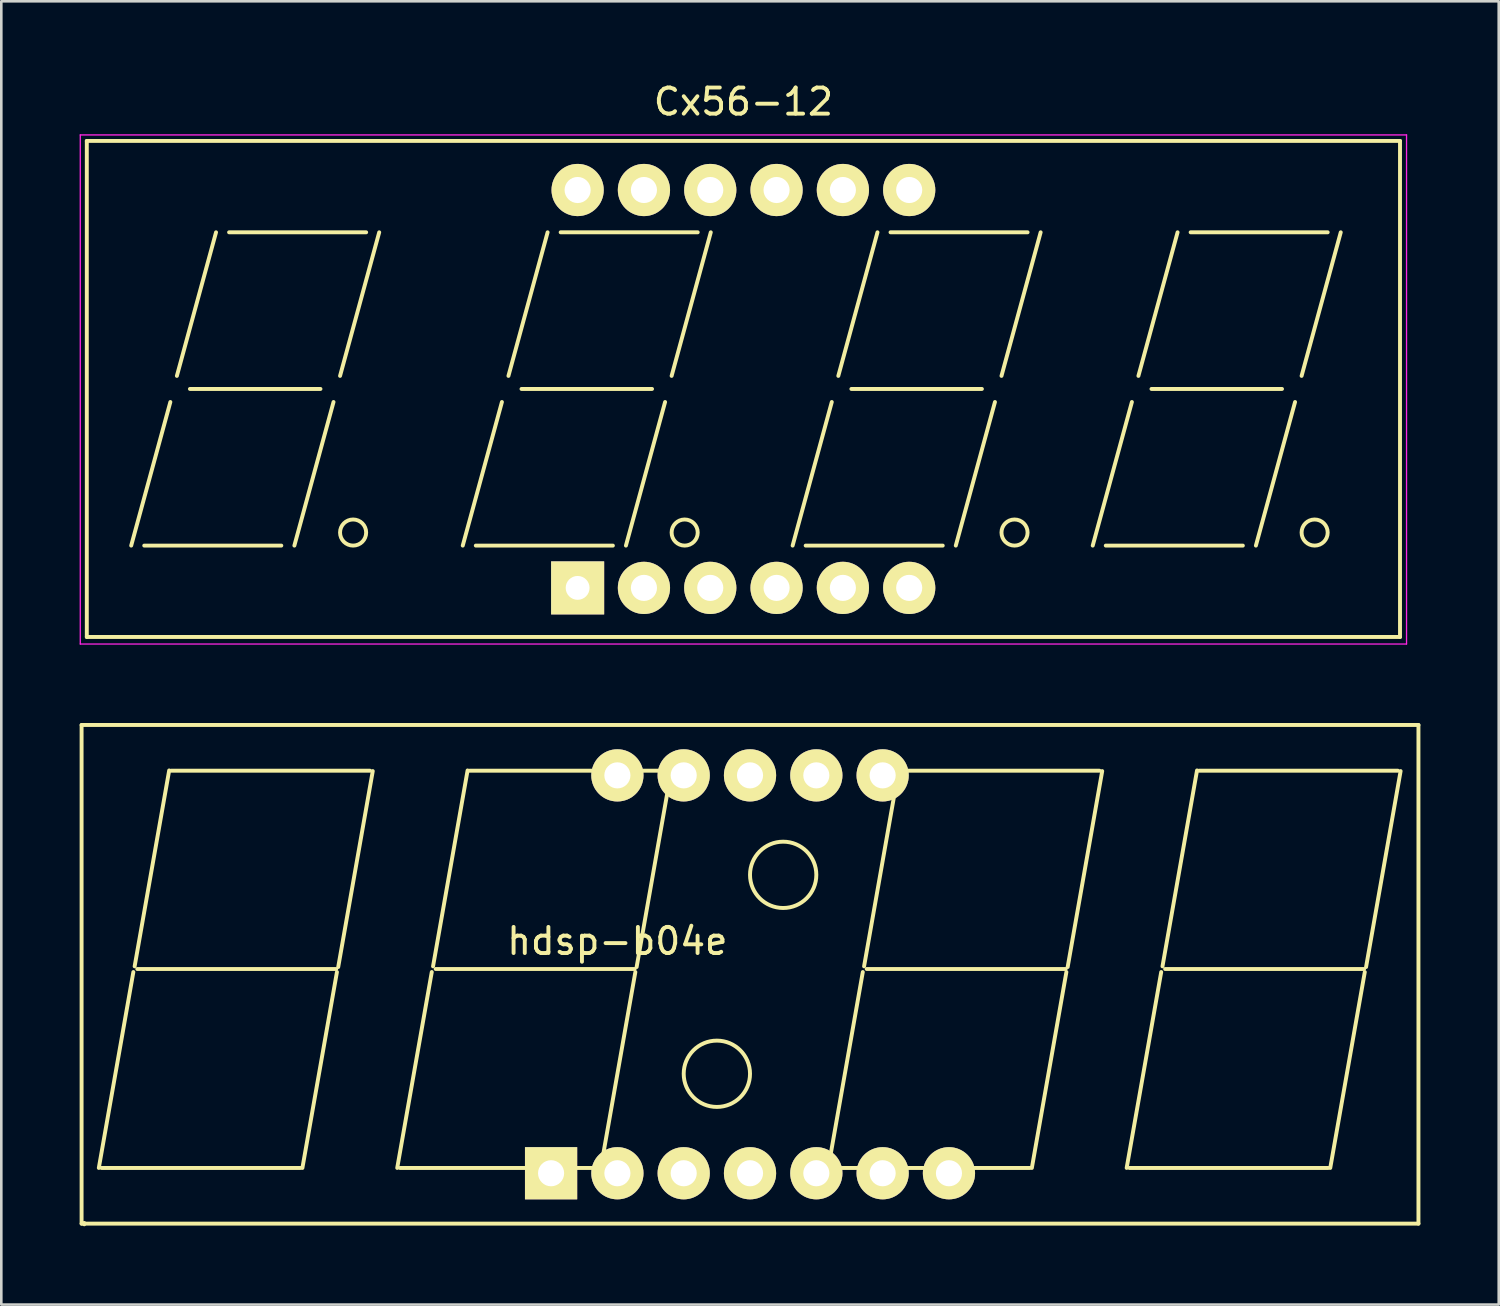
<source format=kicad_pcb>
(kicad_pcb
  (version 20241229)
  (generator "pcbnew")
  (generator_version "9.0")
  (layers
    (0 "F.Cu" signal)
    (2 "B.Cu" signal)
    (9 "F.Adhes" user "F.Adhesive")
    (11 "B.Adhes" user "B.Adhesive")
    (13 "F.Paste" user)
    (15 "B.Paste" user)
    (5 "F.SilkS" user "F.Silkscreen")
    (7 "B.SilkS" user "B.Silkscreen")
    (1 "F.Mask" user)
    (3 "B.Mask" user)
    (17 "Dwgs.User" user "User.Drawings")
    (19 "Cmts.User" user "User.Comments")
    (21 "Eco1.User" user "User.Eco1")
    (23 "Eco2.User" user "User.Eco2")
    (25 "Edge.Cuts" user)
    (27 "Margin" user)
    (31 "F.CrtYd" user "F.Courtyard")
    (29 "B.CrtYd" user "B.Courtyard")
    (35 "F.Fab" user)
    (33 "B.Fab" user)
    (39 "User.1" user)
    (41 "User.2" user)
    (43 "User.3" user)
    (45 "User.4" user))
  (footprint "Cx56-12"
    (layer "F.Cu")
    (at 19.075 19.468)
    (property "Reference" "Cx56-12" (at 6.35 -18.62 0) (layer "F.SilkS") (effects (font (size 1 1) (thickness 0.15))))
    (attr through_hole)
    (fp_line (start -18.8 -17.12) (end 31.5 -17.12) (stroke (width 0.15) (type solid)) (layer "F.SilkS"))
    (fp_line (start -18.8 1.88) (end -18.8 -17.12) (stroke (width 0.15) (type solid)) (layer "F.SilkS"))
    (fp_line (start -17.1 -1.62) (end -15.6 -7.12) (stroke (width 0.15) (type solid)) (layer "F.SilkS"))
    (fp_line (start -16.6 -1.62) (end -11.35 -1.62) (stroke (width 0.15) (type solid)) (layer "F.SilkS"))
    (fp_line (start -15.35 -8.12) (end -13.85 -13.62) (stroke (width 0.15) (type solid)) (layer "F.SilkS"))
    (fp_line (start -14.85 -7.62) (end -9.85 -7.62) (stroke (width 0.15) (type solid)) (layer "F.SilkS"))
    (fp_line (start -13.35 -13.62) (end -8.1 -13.62) (stroke (width 0.15) (type solid)) (layer "F.SilkS"))
    (fp_line (start -10.85 -1.62) (end -9.35 -7.12) (stroke (width 0.15) (type solid)) (layer "F.SilkS"))
    (fp_line (start -9.1 -8.12) (end -7.6 -13.62) (stroke (width 0.15) (type solid)) (layer "F.SilkS"))
    (fp_line (start -4.4 -1.62) (end -2.9 -7.12) (stroke (width 0.15) (type solid)) (layer "F.SilkS"))
    (fp_line (start -3.9 -1.62) (end 1.35 -1.62) (stroke (width 0.15) (type solid)) (layer "F.SilkS"))
    (fp_line (start -2.65 -8.12) (end -1.15 -13.62) (stroke (width 0.15) (type solid)) (layer "F.SilkS"))
    (fp_line (start -2.15 -7.62) (end 2.85 -7.62) (stroke (width 0.15) (type solid)) (layer "F.SilkS"))
    (fp_line (start -0.65 -13.62) (end 4.6 -13.62) (stroke (width 0.15) (type solid)) (layer "F.SilkS"))
    (fp_line (start 1.85 -1.62) (end 3.35 -7.12) (stroke (width 0.15) (type solid)) (layer "F.SilkS"))
    (fp_line (start 3.6 -8.12) (end 5.1 -13.62) (stroke (width 0.15) (type solid)) (layer "F.SilkS"))
    (fp_line (start 8.235 -1.62) (end 9.735 -7.12) (stroke (width 0.15) (type solid)) (layer "F.SilkS"))
    (fp_line (start 8.735 -1.62) (end 13.985 -1.62) (stroke (width 0.15) (type solid)) (layer "F.SilkS"))
    (fp_line (start 9.985 -8.12) (end 11.485 -13.62) (stroke (width 0.15) (type solid)) (layer "F.SilkS"))
    (fp_line (start 10.485 -7.62) (end 15.485 -7.62) (stroke (width 0.15) (type solid)) (layer "F.SilkS"))
    (fp_line (start 11.985 -13.62) (end 17.235 -13.62) (stroke (width 0.15) (type solid)) (layer "F.SilkS"))
    (fp_line (start 14.485 -1.62) (end 15.985 -7.12) (stroke (width 0.15) (type solid)) (layer "F.SilkS"))
    (fp_line (start 16.235 -8.12) (end 17.735 -13.62) (stroke (width 0.15) (type solid)) (layer "F.SilkS"))
    (fp_line (start 19.73 -1.62) (end 21.23 -7.12) (stroke (width 0.15) (type solid)) (layer "F.SilkS"))
    (fp_line (start 20.23 -1.62) (end 25.48 -1.62) (stroke (width 0.15) (type solid)) (layer "F.SilkS"))
    (fp_line (start 21.48 -8.12) (end 22.98 -13.62) (stroke (width 0.15) (type solid)) (layer "F.SilkS"))
    (fp_line (start 21.98 -7.62) (end 26.98 -7.62) (stroke (width 0.15) (type solid)) (layer "F.SilkS"))
    (fp_line (start 23.48 -13.62) (end 28.73 -13.62) (stroke (width 0.15) (type solid)) (layer "F.SilkS"))
    (fp_line (start 25.98 -1.62) (end 27.48 -7.12) (stroke (width 0.15) (type solid)) (layer "F.SilkS"))
    (fp_line (start 27.73 -8.12) (end 29.23 -13.62) (stroke (width 0.15) (type solid)) (layer "F.SilkS"))
    (fp_line (start 31.5 -17.12) (end 31.5 1.88) (stroke (width 0.15) (type solid)) (layer "F.SilkS"))
    (fp_line (start 31.5 1.88) (end -18.8 1.88) (stroke (width 0.15) (type solid)) (layer "F.SilkS"))
    (fp_circle (center -8.6 -2.12) (end -8.6 -1.62) (stroke (width 0.15) (type solid)) (fill no) (layer "F.SilkS"))
    (fp_circle (center 4.1 -2.12) (end 4.1 -1.62) (stroke (width 0.15) (type solid)) (fill no) (layer "F.SilkS"))
    (fp_circle (center 16.735 -2.12) (end 16.735 -1.62) (stroke (width 0.15) (type solid)) (fill no) (layer "F.SilkS"))
    (fp_circle (center 28.23 -2.12) (end 28.23 -1.62) (stroke (width 0.15) (type solid)) (fill no) (layer "F.SilkS"))
    (fp_line (start -19.05 -17.35) (end 31.75 -17.35) (stroke (width 0.05) (type solid)) (layer "F.CrtYd"))
    (fp_line (start -19.05 2.15) (end -19.05 -17.35) (stroke (width 0.05) (type solid)) (layer "F.CrtYd"))
    (fp_line (start 31.75 -17.35) (end 31.75 2.15) (stroke (width 0.05) (type solid)) (layer "F.CrtYd"))
    (fp_line (start 31.75 2.15) (end -19.05 2.15) (stroke (width 0.05) (type solid)) (layer "F.CrtYd"))
    (pad "1" thru_hole rect (at 0 0) (size 2.032 2.032) (drill 0.914) (layers "*.Cu" "*.Mask" "F.SilkS"))
    (pad "2" thru_hole circle (at 2.54 0) (size 2 2) (drill 1) (layers "*.Cu" "*.Mask" "F.SilkS"))
    (pad "3" thru_hole circle (at 5.08 0) (size 2 2) (drill 1) (layers "*.Cu" "*.Mask" "F.SilkS"))
    (pad "4" thru_hole circle (at 7.62 0) (size 2 2) (drill 1) (layers "*.Cu" "*.Mask" "F.SilkS"))
    (pad "5" thru_hole circle (at 10.16 0) (size 2 2) (drill 1) (layers "*.Cu" "*.Mask" "F.SilkS"))
    (pad "6" thru_hole circle (at 12.7 0) (size 2 2) (drill 1) (layers "*.Cu" "*.Mask" "F.SilkS"))
    (pad "7" thru_hole circle (at 12.7 -15.24) (size 2 2) (drill 1) (layers "*.Cu" "*.Mask" "F.SilkS"))
    (pad "8" thru_hole circle (at 10.16 -15.24) (size 2 2) (drill 1) (layers "*.Cu" "*.Mask" "F.SilkS"))
    (pad "9" thru_hole circle (at 7.62 -15.24) (size 2 2) (drill 1) (layers "*.Cu" "*.Mask" "F.SilkS"))
    (pad "10" thru_hole circle (at 5.08 -15.24) (size 2 2) (drill 1) (layers "*.Cu" "*.Mask" "F.SilkS"))
    (pad "11" thru_hole circle (at 2.54 -15.24) (size 2 2) (drill 1) (layers "*.Cu" "*.Mask" "F.SilkS"))
    (pad "12" thru_hole circle (at 0 -15.24) (size 2 2) (drill 1) (layers "*.Cu" "*.Mask" "F.SilkS")))
  (footprint "hdsp-b04e"
    (layer "F.Cu")
    (at 25.678 41.889)
    (property "Reference" "hdsp-b04e" (at -5.08 -8.89 0) (layer "F.SilkS") (effects (font (size 1 1) (thickness 0.15))))
    (attr through_hole)
    (fp_line (start -25.603 -17.17) (end -25.603 1.93) (stroke (width 0.15) (type solid)) (layer "F.SilkS"))
    (fp_line (start -25.603 1.93) (end 25.603 1.93) (stroke (width 0.15) (type solid)) (layer "F.SilkS"))
    (fp_line (start -25.502 1.956) (end -25.502 1.905) (stroke (width 0.15) (type solid)) (layer "F.SilkS"))
    (fp_line (start -24.943 -0.203) (end -23.62 -7.707) (stroke (width 0.15) (type solid)) (layer "F.SilkS"))
    (fp_line (start -24.841 -0.203) (end -17.221 -0.203) (stroke (width 0.15) (type solid)) (layer "F.SilkS"))
    (fp_line (start -23.571 -7.925) (end -22.248 -15.429) (stroke (width 0.15) (type solid)) (layer "F.SilkS"))
    (fp_line (start -23.47 -7.823) (end -15.85 -7.823) (stroke (width 0.15) (type solid)) (layer "F.SilkS"))
    (fp_line (start -22.174 -15.418) (end -14.554 -15.418) (stroke (width 0.15) (type solid)) (layer "F.SilkS"))
    (fp_line (start -17.145 -0.203) (end -15.822 -7.707) (stroke (width 0.15) (type solid)) (layer "F.SilkS"))
    (fp_line (start -15.773 -7.899) (end -14.45 -15.404) (stroke (width 0.15) (type solid)) (layer "F.SilkS"))
    (fp_line (start -13.513 -0.203) (end -12.19 -7.707) (stroke (width 0.15) (type solid)) (layer "F.SilkS"))
    (fp_line (start -13.411 -0.203) (end -5.791 -0.203) (stroke (width 0.15) (type solid)) (layer "F.SilkS"))
    (fp_line (start -12.141 -7.925) (end -10.818 -15.429) (stroke (width 0.15) (type solid)) (layer "F.SilkS"))
    (fp_line (start -12.04 -7.823) (end -4.42 -7.823) (stroke (width 0.15) (type solid)) (layer "F.SilkS"))
    (fp_line (start -10.744 -15.418) (end -3.124 -15.418) (stroke (width 0.15) (type solid)) (layer "F.SilkS"))
    (fp_line (start -5.715 -0.203) (end -4.392 -7.707) (stroke (width 0.15) (type solid)) (layer "F.SilkS"))
    (fp_line (start -4.343 -7.899) (end -3.02 -15.404) (stroke (width 0.15) (type solid)) (layer "F.SilkS"))
    (fp_line (start 2.997 -0.203) (end 4.32 -7.707) (stroke (width 0.15) (type solid)) (layer "F.SilkS"))
    (fp_line (start 3.099 -0.203) (end 10.719 -0.203) (stroke (width 0.15) (type solid)) (layer "F.SilkS"))
    (fp_line (start 4.369 -7.925) (end 5.692 -15.429) (stroke (width 0.15) (type solid)) (layer "F.SilkS"))
    (fp_line (start 4.47 -7.823) (end 12.09 -7.823) (stroke (width 0.15) (type solid)) (layer "F.SilkS"))
    (fp_line (start 5.766 -15.418) (end 13.386 -15.418) (stroke (width 0.15) (type solid)) (layer "F.SilkS"))
    (fp_line (start 10.795 -0.203) (end 12.118 -7.707) (stroke (width 0.15) (type solid)) (layer "F.SilkS"))
    (fp_line (start 12.167 -7.899) (end 13.49 -15.404) (stroke (width 0.15) (type solid)) (layer "F.SilkS"))
    (fp_line (start 14.427 -0.203) (end 15.75 -7.707) (stroke (width 0.15) (type solid)) (layer "F.SilkS"))
    (fp_line (start 14.529 -0.203) (end 22.149 -0.203) (stroke (width 0.15) (type solid)) (layer "F.SilkS"))
    (fp_line (start 15.799 -7.925) (end 17.122 -15.429) (stroke (width 0.15) (type solid)) (layer "F.SilkS"))
    (fp_line (start 15.9 -7.823) (end 23.52 -7.823) (stroke (width 0.15) (type solid)) (layer "F.SilkS"))
    (fp_line (start 17.196 -15.418) (end 24.816 -15.418) (stroke (width 0.15) (type solid)) (layer "F.SilkS"))
    (fp_line (start 22.225 -0.203) (end 23.548 -7.707) (stroke (width 0.15) (type solid)) (layer "F.SilkS"))
    (fp_line (start 23.597 -7.899) (end 24.92 -15.404) (stroke (width 0.15) (type solid)) (layer "F.SilkS"))
    (fp_line (start 25.603 -17.17) (end -25.603 -17.17) (stroke (width 0.15) (type solid)) (layer "F.SilkS"))
    (fp_line (start 25.603 1.93) (end 25.603 -17.17) (stroke (width 0.15) (type solid)) (layer "F.SilkS"))
    (fp_circle (center -1.27 -3.81) (end -1.27 -5.08) (stroke (width 0.15) (type solid)) (fill no) (layer "F.SilkS"))
    (fp_circle (center 1.27 -11.43) (end 2.54 -11.43) (stroke (width 0.15) (type solid)) (fill no) (layer "F.SilkS"))
    (pad "1" thru_hole rect (at -7.62 0) (size 2 2) (drill 1) (layers "*.Cu" "*.Mask" "F.SilkS"))
    (pad "2" thru_hole circle (at -5.08 0) (size 2 2) (drill 1) (layers "*.Cu" "*.Mask" "F.SilkS"))
    (pad "3" thru_hole circle (at -2.54 0) (size 2 2) (drill 1) (layers "*.Cu" "*.Mask" "F.SilkS"))
    (pad "4" thru_hole circle (at 0 0) (size 2 2) (drill 1) (layers "*.Cu" "*.Mask" "F.SilkS"))
    (pad "5" thru_hole circle (at 2.54 0) (size 2 2) (drill 1) (layers "*.Cu" "*.Mask" "F.SilkS"))
    (pad "6" thru_hole circle (at 5.08 0) (size 2 2) (drill 1) (layers "*.Cu" "*.Mask" "F.SilkS"))
    (pad "7" thru_hole circle (at 7.62 0) (size 2 2) (drill 1) (layers "*.Cu" "*.Mask" "F.SilkS"))
    (pad "8" thru_hole circle (at 5.08 -15.24) (size 2 2) (drill 1) (layers "*.Cu" "*.Mask" "F.SilkS"))
    (pad "9" thru_hole circle (at 2.54 -15.24) (size 2 2) (drill 1) (layers "*.Cu" "*.Mask" "F.SilkS"))
    (pad "10" thru_hole circle (at 0 -15.24) (size 2 2) (drill 1) (layers "*.Cu" "*.Mask" "F.SilkS"))
    (pad "11" thru_hole circle (at -2.54 -15.24) (size 2 2) (drill 1) (layers "*.Cu" "*.Mask" "F.SilkS"))
    (pad "12" thru_hole circle (at -5.08 -15.24) (size 2 2) (drill 1) (layers "*.Cu" "*.Mask" "F.SilkS")))
  (gr_rect
    (start -3 -3)
    (end 54.356 46.919)
    (stroke (width 0.1) (type default))
    (fill no)
    (layer "Edge.Cuts")))
</source>
